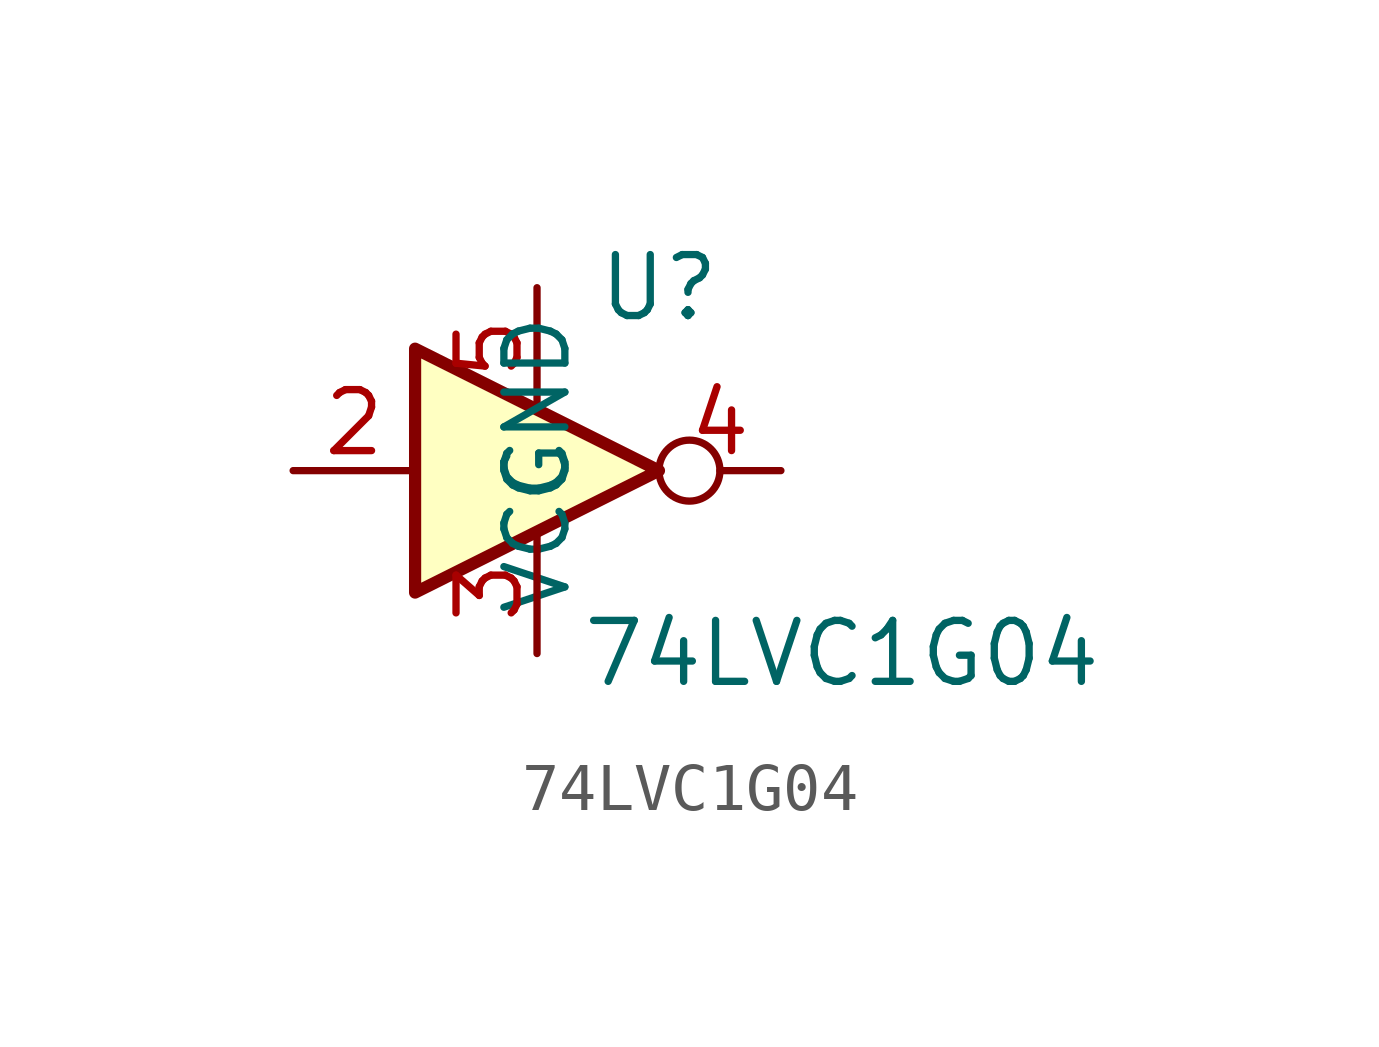
<source format=kicad_sym>
(kicad_symbol_lib
  (version 20220914)
  (generator kicad_symbol_editor)
  (symbol "74LVC1G04"
    (property "Reference" "U"
      (at 3.81 3.81 0)
      (effects (font (size 1.27 1.27))))
    (property "Value" "74LVC1G04"
      (at 7.62 -3.81 0)
      (effects (font (size 1.27 1.27))))
    (symbol "74LVC1G04_0_1"
      (polyline (pts (xy -1.27 2.54) (xy -1.27 -2.54) (xy 3.81 0) (xy -1.27 2.54)) (stroke (width 0.254) (type default)) (fill (type background))))
    (symbol "74LVC1G04_1_1"
      (pin input line (at -3.81 0 0) (length 2.54) (name "~" (effects (font (size 1.27 1.27)))) (number "2" (effects (font (size 1.27 1.27)))))
      (pin power_in line (at 1.27 -3.81 90) (length 2.54) (name "GND" (effects (font (size 1.27 1.27)))) (number "3" (effects (font (size 1.27 1.27)))))
      (pin output inverted (at 6.35 0 180) (length 2.54) (name "~" (effects (font (size 1.27 1.27)))) (number "4" (effects (font (size 1.27 1.27)))))
      (pin power_in line (at 1.27 3.81 270) (length 2.54) (name "VCC" (effects (font (size 1.27 1.27)))) (number "5" (effects (font (size 1.27 1.27))))))))
</source>
